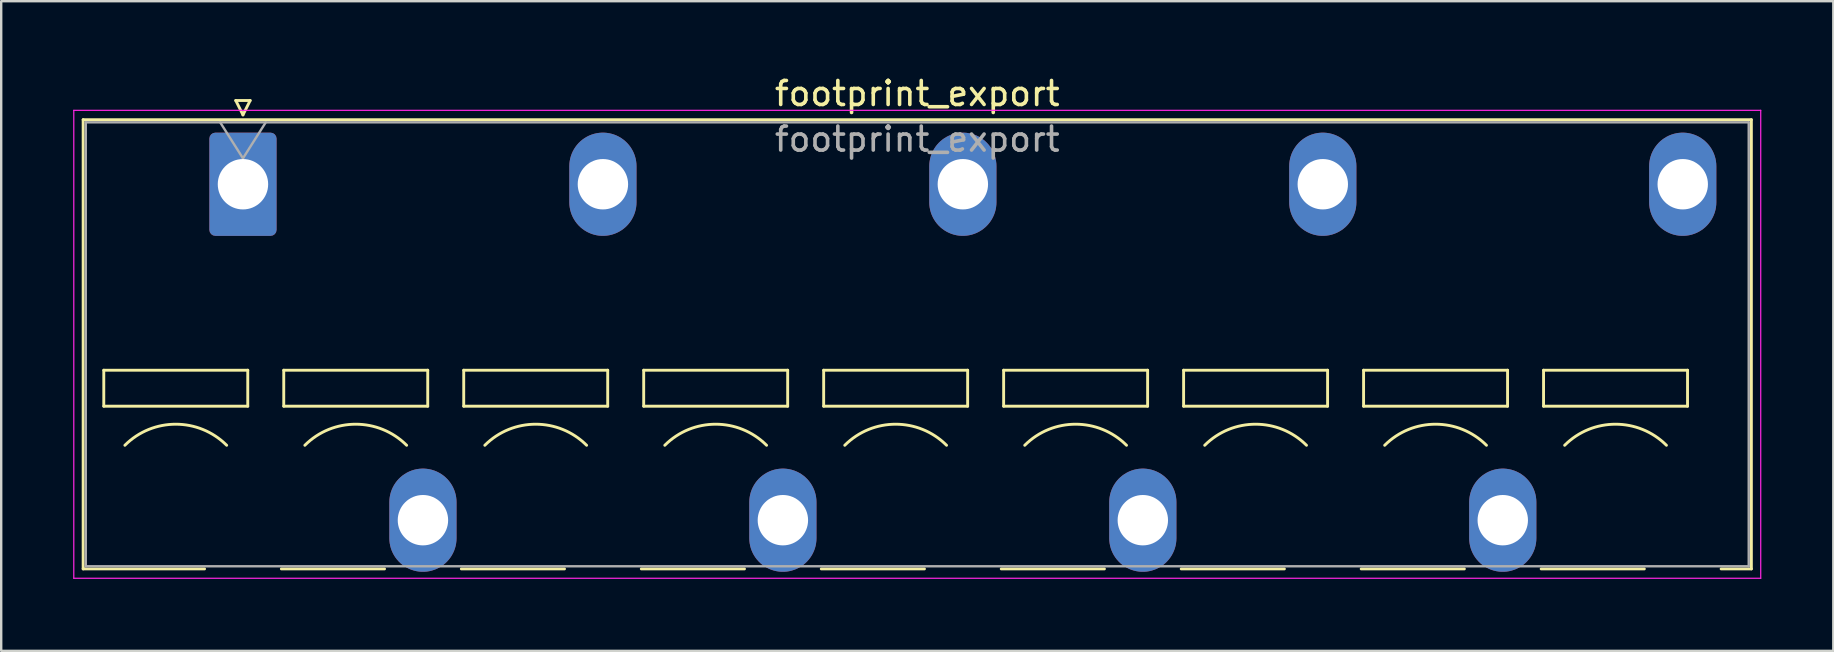
<source format=kicad_pcb>
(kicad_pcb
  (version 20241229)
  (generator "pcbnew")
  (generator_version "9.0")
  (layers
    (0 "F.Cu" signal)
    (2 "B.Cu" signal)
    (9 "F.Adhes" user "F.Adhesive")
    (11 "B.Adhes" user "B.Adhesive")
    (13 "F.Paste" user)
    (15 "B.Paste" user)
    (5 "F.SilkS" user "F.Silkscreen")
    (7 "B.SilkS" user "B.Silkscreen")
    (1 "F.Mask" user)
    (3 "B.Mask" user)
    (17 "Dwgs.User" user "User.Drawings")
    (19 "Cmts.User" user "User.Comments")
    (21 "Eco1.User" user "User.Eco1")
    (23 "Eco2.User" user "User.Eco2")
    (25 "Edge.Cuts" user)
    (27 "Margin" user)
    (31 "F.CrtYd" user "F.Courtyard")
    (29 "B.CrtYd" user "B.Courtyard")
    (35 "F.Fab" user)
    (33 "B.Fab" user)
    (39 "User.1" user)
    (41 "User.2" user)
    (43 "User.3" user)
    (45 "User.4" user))
  (footprint "footprint_export"
    (layer "F.Cu")
    (at 7.075 4.628)
    (property "Reference" "footprint_export" (at 28.1 -3.78 0) (layer "F.SilkS") (effects (font (size 1 1) (thickness 0.15))))
    (attr through_hole)
    (fp_line (start -6.66 -2.69) (end 62.86 -2.69) (stroke (width 0.12) (type solid)) (layer "F.SilkS"))
    (fp_line (start -6.66 16.03) (end -6.66 -2.69) (stroke (width 0.12) (type solid)) (layer "F.SilkS"))
    (fp_line (start -6.66 16.03) (end -1.6 16.03) (stroke (width 0.12) (type solid)) (layer "F.SilkS"))
    (fp_line (start -5.8 7.75) (end -5.8 9.25) (stroke (width 0.12) (type solid)) (layer "F.SilkS"))
    (fp_line (start -5.8 9.25) (end 0.2 9.25) (stroke (width 0.12) (type solid)) (layer "F.SilkS"))
    (fp_line (start -0.3 -3.49) (end 0 -2.89) (stroke (width 0.12) (type solid)) (layer "F.SilkS"))
    (fp_line (start -0.3 -3.49) (end 0.3 -3.49) (stroke (width 0.12) (type solid)) (layer "F.SilkS"))
    (fp_line (start 0.2 7.75) (end -5.8 7.75) (stroke (width 0.12) (type solid)) (layer "F.SilkS"))
    (fp_line (start 0.2 9.25) (end 0.2 7.75) (stroke (width 0.12) (type solid)) (layer "F.SilkS"))
    (fp_line (start 0.3 -3.49) (end 0 -2.89) (stroke (width 0.12) (type solid)) (layer "F.SilkS"))
    (fp_line (start 1.6 16.03) (end 5.9 16.03) (stroke (width 0.12) (type solid)) (layer "F.SilkS"))
    (fp_line (start 1.7 7.75) (end 1.7 9.25) (stroke (width 0.12) (type solid)) (layer "F.SilkS"))
    (fp_line (start 1.7 9.25) (end 7.7 9.25) (stroke (width 0.12) (type solid)) (layer "F.SilkS"))
    (fp_line (start 7.7 7.75) (end 1.7 7.75) (stroke (width 0.12) (type solid)) (layer "F.SilkS"))
    (fp_line (start 7.7 9.25) (end 7.7 7.75) (stroke (width 0.12) (type solid)) (layer "F.SilkS"))
    (fp_line (start 9.1 16.03) (end 13.4 16.03) (stroke (width 0.12) (type solid)) (layer "F.SilkS"))
    (fp_line (start 9.2 7.75) (end 9.2 9.25) (stroke (width 0.12) (type solid)) (layer "F.SilkS"))
    (fp_line (start 9.2 9.25) (end 15.2 9.25) (stroke (width 0.12) (type solid)) (layer "F.SilkS"))
    (fp_line (start 15.2 7.75) (end 9.2 7.75) (stroke (width 0.12) (type solid)) (layer "F.SilkS"))
    (fp_line (start 15.2 9.25) (end 15.2 7.75) (stroke (width 0.12) (type solid)) (layer "F.SilkS"))
    (fp_line (start 16.6 16.03) (end 20.9 16.03) (stroke (width 0.12) (type solid)) (layer "F.SilkS"))
    (fp_line (start 16.7 7.75) (end 16.7 9.25) (stroke (width 0.12) (type solid)) (layer "F.SilkS"))
    (fp_line (start 16.7 9.25) (end 22.7 9.25) (stroke (width 0.12) (type solid)) (layer "F.SilkS"))
    (fp_line (start 22.7 7.75) (end 16.7 7.75) (stroke (width 0.12) (type solid)) (layer "F.SilkS"))
    (fp_line (start 22.7 9.25) (end 22.7 7.75) (stroke (width 0.12) (type solid)) (layer "F.SilkS"))
    (fp_line (start 24.1 16.03) (end 28.4 16.03) (stroke (width 0.12) (type solid)) (layer "F.SilkS"))
    (fp_line (start 24.2 7.75) (end 24.2 9.25) (stroke (width 0.12) (type solid)) (layer "F.SilkS"))
    (fp_line (start 24.2 9.25) (end 30.2 9.25) (stroke (width 0.12) (type solid)) (layer "F.SilkS"))
    (fp_line (start 30.2 7.75) (end 24.2 7.75) (stroke (width 0.12) (type solid)) (layer "F.SilkS"))
    (fp_line (start 30.2 9.25) (end 30.2 7.75) (stroke (width 0.12) (type solid)) (layer "F.SilkS"))
    (fp_line (start 31.6 16.03) (end 35.9 16.03) (stroke (width 0.12) (type solid)) (layer "F.SilkS"))
    (fp_line (start 31.7 7.75) (end 31.7 9.25) (stroke (width 0.12) (type solid)) (layer "F.SilkS"))
    (fp_line (start 31.7 9.25) (end 37.7 9.25) (stroke (width 0.12) (type solid)) (layer "F.SilkS"))
    (fp_line (start 37.7 7.75) (end 31.7 7.75) (stroke (width 0.12) (type solid)) (layer "F.SilkS"))
    (fp_line (start 37.7 9.25) (end 37.7 7.75) (stroke (width 0.12) (type solid)) (layer "F.SilkS"))
    (fp_line (start 39.1 16.03) (end 43.4 16.03) (stroke (width 0.12) (type solid)) (layer "F.SilkS"))
    (fp_line (start 39.2 7.75) (end 39.2 9.25) (stroke (width 0.12) (type solid)) (layer "F.SilkS"))
    (fp_line (start 39.2 9.25) (end 45.2 9.25) (stroke (width 0.12) (type solid)) (layer "F.SilkS"))
    (fp_line (start 45.2 7.75) (end 39.2 7.75) (stroke (width 0.12) (type solid)) (layer "F.SilkS"))
    (fp_line (start 45.2 9.25) (end 45.2 7.75) (stroke (width 0.12) (type solid)) (layer "F.SilkS"))
    (fp_line (start 46.6 16.03) (end 50.9 16.03) (stroke (width 0.12) (type solid)) (layer "F.SilkS"))
    (fp_line (start 46.7 7.75) (end 46.7 9.25) (stroke (width 0.12) (type solid)) (layer "F.SilkS"))
    (fp_line (start 46.7 9.25) (end 52.7 9.25) (stroke (width 0.12) (type solid)) (layer "F.SilkS"))
    (fp_line (start 52.7 7.75) (end 46.7 7.75) (stroke (width 0.12) (type solid)) (layer "F.SilkS"))
    (fp_line (start 52.7 9.25) (end 52.7 7.75) (stroke (width 0.12) (type solid)) (layer "F.SilkS"))
    (fp_line (start 54.1 16.03) (end 58.4 16.03) (stroke (width 0.12) (type solid)) (layer "F.SilkS"))
    (fp_line (start 54.2 7.75) (end 54.2 9.25) (stroke (width 0.12) (type solid)) (layer "F.SilkS"))
    (fp_line (start 54.2 9.25) (end 60.2 9.25) (stroke (width 0.12) (type solid)) (layer "F.SilkS"))
    (fp_line (start 60.2 7.75) (end 54.2 7.75) (stroke (width 0.12) (type solid)) (layer "F.SilkS"))
    (fp_line (start 60.2 9.25) (end 60.2 7.75) (stroke (width 0.12) (type solid)) (layer "F.SilkS"))
    (fp_line (start 61.6 16.03) (end 62.86 16.03) (stroke (width 0.12) (type solid)) (layer "F.SilkS"))
    (fp_line (start 62.86 -2.69) (end 62.86 16.03) (stroke (width 0.12) (type solid)) (layer "F.SilkS"))
    (fp_arc (start -4.92132 10.87868) (mid -2.8 10) (end -0.67868 10.87868) (stroke (width 0.12) (type solid)) (layer "F.SilkS"))
    (fp_arc (start 2.57868 10.87868) (mid 4.7 10) (end 6.82132 10.87868) (stroke (width 0.12) (type solid)) (layer "F.SilkS"))
    (fp_arc (start 10.07868 10.87868) (mid 12.2 10) (end 14.32132 10.87868) (stroke (width 0.12) (type solid)) (layer "F.SilkS"))
    (fp_arc (start 17.57868 10.87868) (mid 19.7 10) (end 21.82132 10.87868) (stroke (width 0.12) (type solid)) (layer "F.SilkS"))
    (fp_arc (start 25.07868 10.87868) (mid 27.2 10) (end 29.32132 10.87868) (stroke (width 0.12) (type solid)) (layer "F.SilkS"))
    (fp_arc (start 32.57868 10.87868) (mid 34.7 10) (end 36.82132 10.87868) (stroke (width 0.12) (type solid)) (layer "F.SilkS"))
    (fp_arc (start 40.07868 10.87868) (mid 42.2 10) (end 44.32132 10.87868) (stroke (width 0.12) (type solid)) (layer "F.SilkS"))
    (fp_arc (start 47.57868 10.87868) (mid 49.7 10) (end 51.82132 10.87868) (stroke (width 0.12) (type solid)) (layer "F.SilkS"))
    (fp_arc (start 55.07868 10.87868) (mid 57.2 10) (end 59.32132 10.87868) (stroke (width 0.12) (type solid)) (layer "F.SilkS"))
    (fp_line (start -7.05 -3.08) (end -7.05 16.42) (stroke (width 0.05) (type solid)) (layer "F.CrtYd"))
    (fp_line (start -7.05 16.42) (end 63.25 16.42) (stroke (width 0.05) (type solid)) (layer "F.CrtYd"))
    (fp_line (start 63.25 -3.08) (end -7.05 -3.08) (stroke (width 0.05) (type solid)) (layer "F.CrtYd"))
    (fp_line (start 63.25 16.42) (end 63.25 -3.08) (stroke (width 0.05) (type solid)) (layer "F.CrtYd"))
    (fp_line (start -6.55 -2.58) (end -6.55 15.92) (stroke (width 0.1) (type solid)) (layer "F.Fab"))
    (fp_line (start -6.55 15.92) (end 62.75 15.92) (stroke (width 0.1) (type solid)) (layer "F.Fab"))
    (fp_line (start -0.95 -2.58) (end 0 -1.08) (stroke (width 0.1) (type solid)) (layer "F.Fab"))
    (fp_line (start 0.95 -2.58) (end 0 -1.08) (stroke (width 0.1) (type solid)) (layer "F.Fab"))
    (fp_line (start 62.75 -2.58) (end -6.55 -2.58) (stroke (width 0.1) (type solid)) (layer "F.Fab"))
    (fp_line (start 62.75 15.92) (end 62.75 -2.58) (stroke (width 0.1) (type solid)) (layer "F.Fab"))
    (fp_text user "${REFERENCE}" (at 28.1 -1.88 0) (layer "F.Fab") (effects (font (size 1 1) (thickness 0.15))))
    (pad "1" thru_hole roundrect (at 0 0) (size 2.8 4.3) (drill 2.1) (layers "*.Cu" "*.Mask") (roundrect_rratio 0.089))
    (pad "2" thru_hole oval (at 7.5 14) (size 2.8 4.3) (drill 2.1) (layers "*.Cu" "*.Mask"))
    (pad "3" thru_hole oval (at 15 0) (size 2.8 4.3) (drill 2.1) (layers "*.Cu" "*.Mask"))
    (pad "4" thru_hole oval (at 22.5 14) (size 2.8 4.3) (drill 2.1) (layers "*.Cu" "*.Mask"))
    (pad "5" thru_hole oval (at 30 0) (size 2.8 4.3) (drill 2.1) (layers "*.Cu" "*.Mask"))
    (pad "6" thru_hole oval (at 37.5 14) (size 2.8 4.3) (drill 2.1) (layers "*.Cu" "*.Mask"))
    (pad "7" thru_hole oval (at 45 0) (size 2.8 4.3) (drill 2.1) (layers "*.Cu" "*.Mask"))
    (pad "8" thru_hole oval (at 52.5 14) (size 2.8 4.3) (drill 2.1) (layers "*.Cu" "*.Mask"))
    (pad "9" thru_hole oval (at 60 0) (size 2.8 4.3) (drill 2.1) (layers "*.Cu" "*.Mask")))
  (gr_rect
    (start -3 -3)
    (end 73.35 24.073)
    (stroke (width 0.1) (type default))
    (fill no)
    (layer "Edge.Cuts")))
</source>
